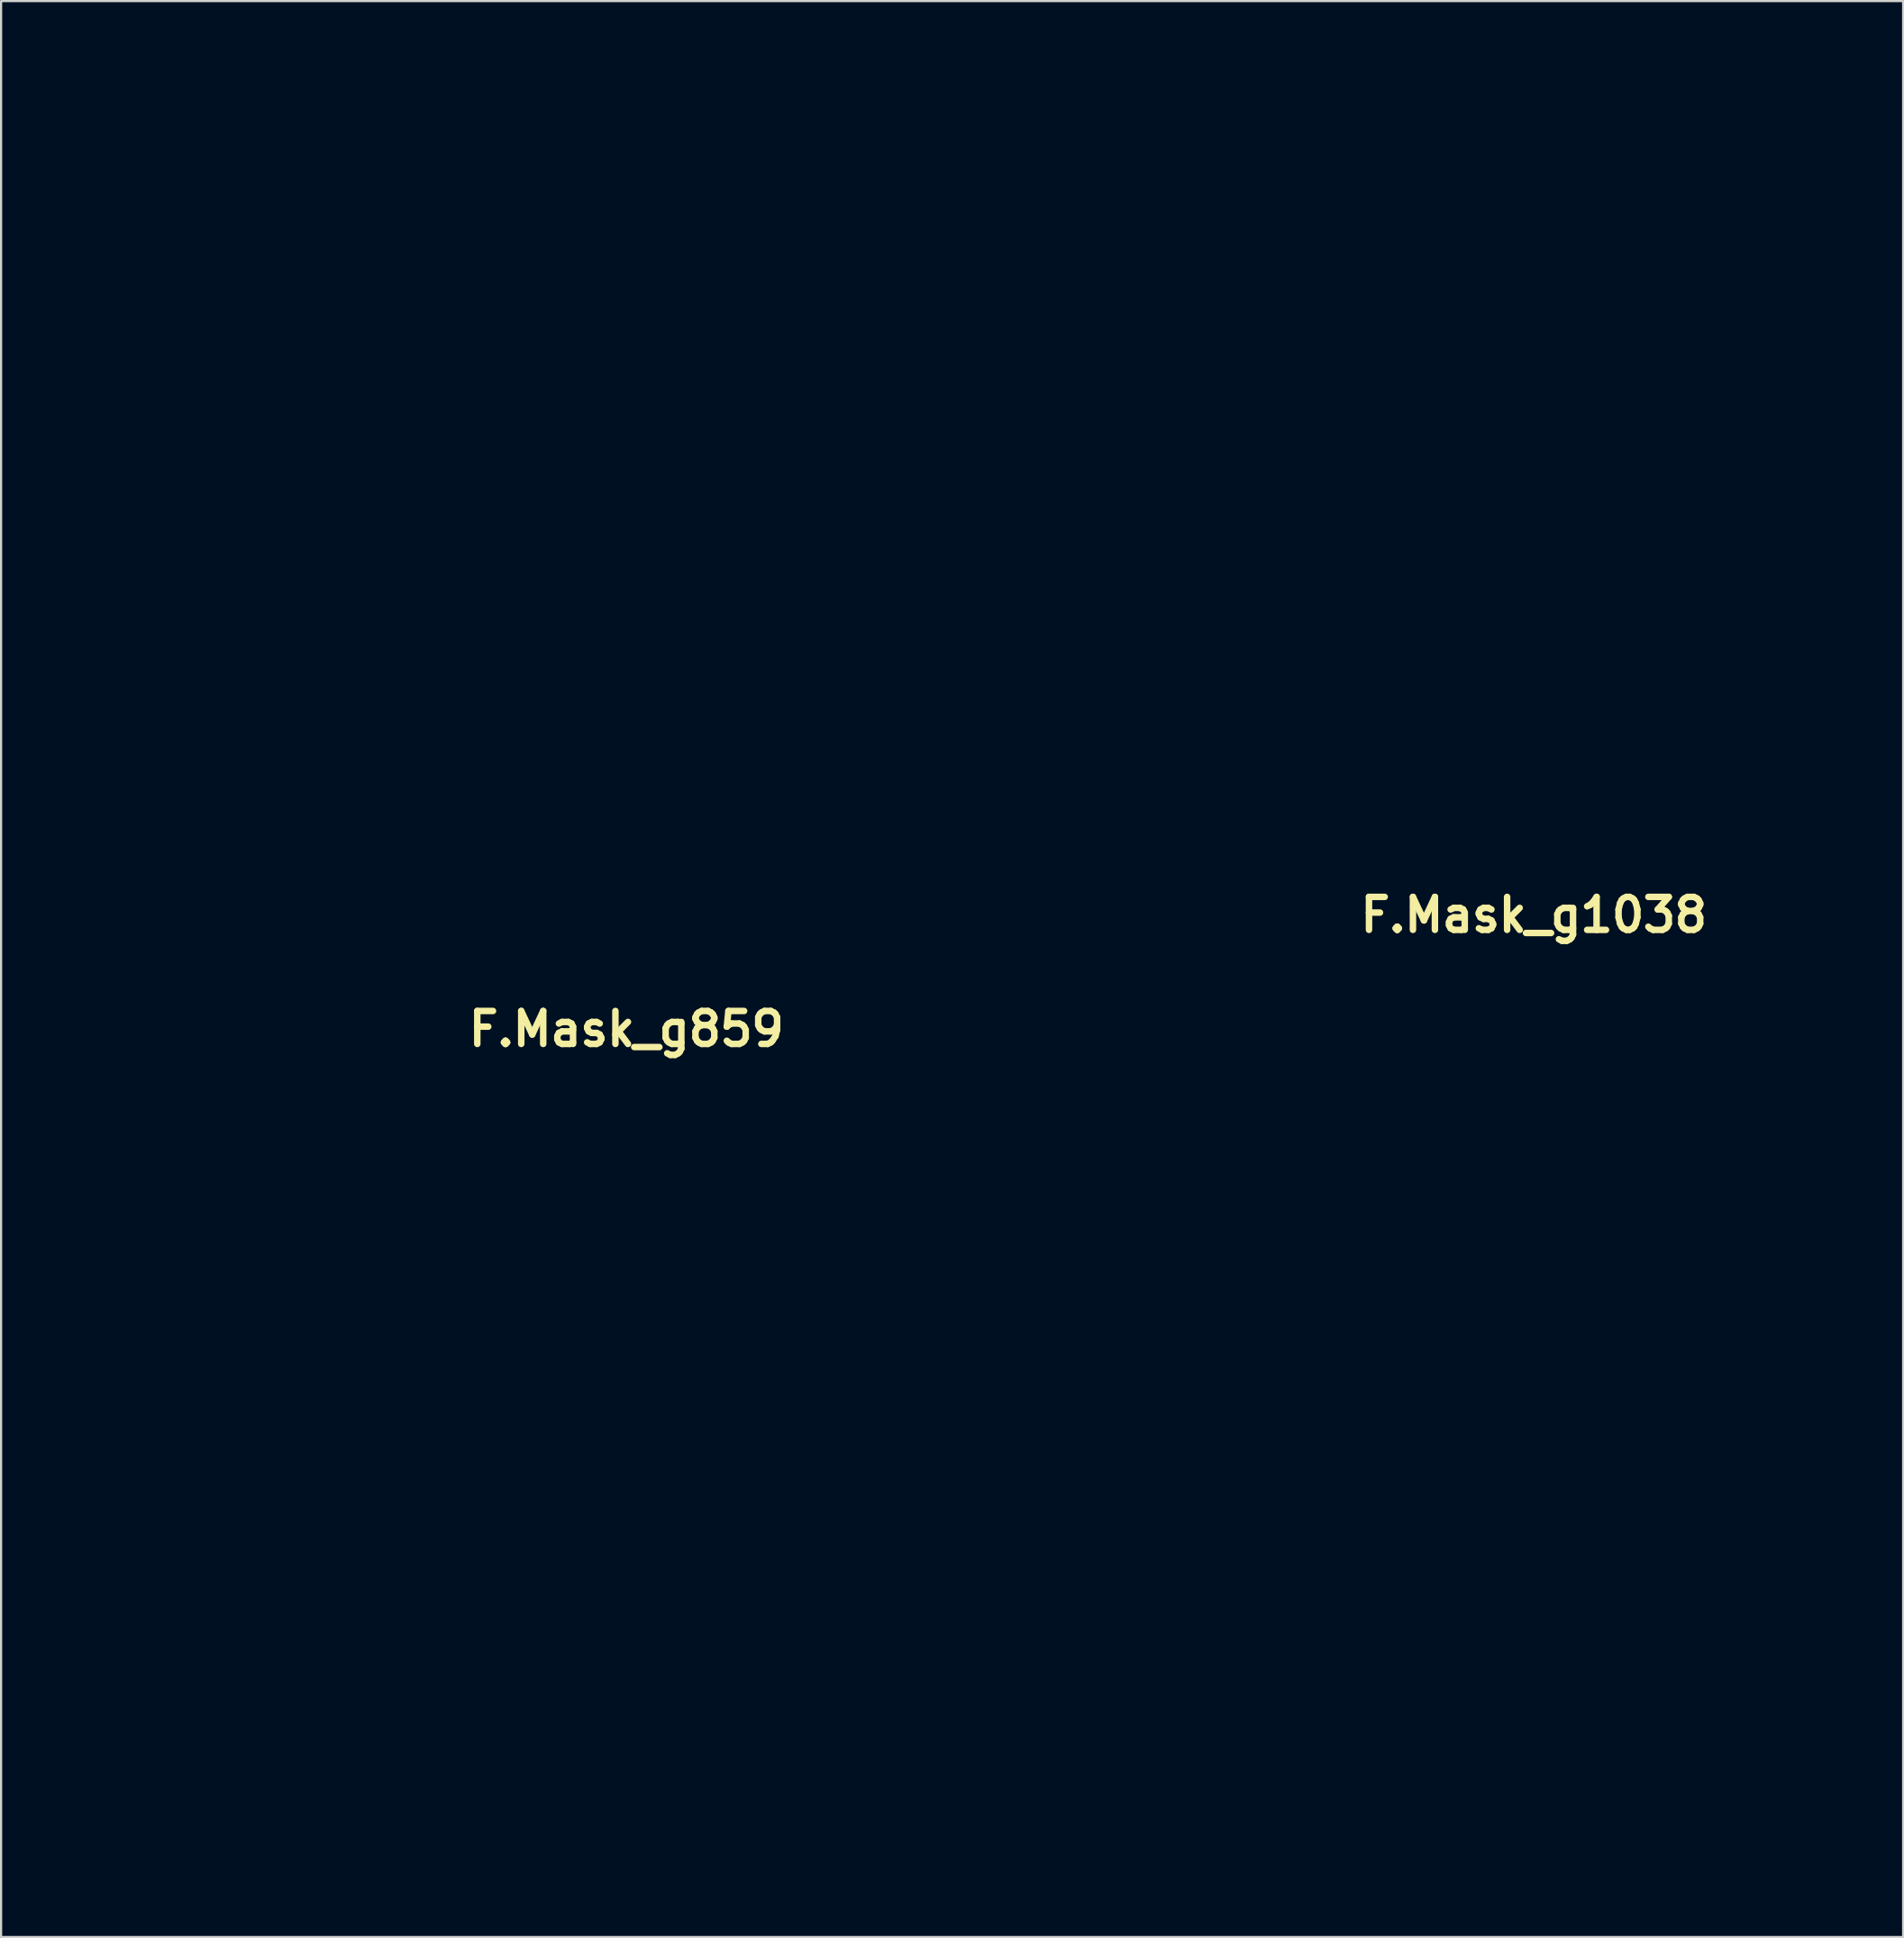
<source format=kicad_pcb>
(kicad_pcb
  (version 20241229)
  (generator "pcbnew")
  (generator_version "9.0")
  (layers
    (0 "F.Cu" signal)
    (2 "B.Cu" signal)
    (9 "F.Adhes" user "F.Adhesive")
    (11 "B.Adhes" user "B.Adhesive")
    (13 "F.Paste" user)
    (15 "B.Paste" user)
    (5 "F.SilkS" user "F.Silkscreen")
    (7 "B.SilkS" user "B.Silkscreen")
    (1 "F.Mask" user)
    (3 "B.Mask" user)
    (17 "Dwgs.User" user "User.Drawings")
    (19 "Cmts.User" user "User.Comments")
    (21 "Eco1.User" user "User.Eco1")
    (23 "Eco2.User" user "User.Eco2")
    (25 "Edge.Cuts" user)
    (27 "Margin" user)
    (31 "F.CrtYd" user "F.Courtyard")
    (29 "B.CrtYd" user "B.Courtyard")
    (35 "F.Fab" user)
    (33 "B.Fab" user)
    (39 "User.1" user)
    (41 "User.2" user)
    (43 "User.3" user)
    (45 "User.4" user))
  (footprint "F.Mask_g859"
    (layer "F.Cu")
    (at 25.913 44.535)
    (property "Reference" "F.Mask_g859" (at 0 0 0) (layer "F.SilkS") (effects (font (size 1.524 1.524) (thickness 0.3))))
    (attr through_hole)
    (fp_poly (pts (xy 1.072 -44.515) (xy 1.111 -44.468) (xy 1.17 -44.392) (xy 1.248 -44.289) (xy 1.341 -44.163) (xy 1.449 -44.016) (xy 1.569 -43.852) (xy 1.699 -43.672) (xy 1.838 -43.48) (xy 1.982 -43.279) (xy 2.131 -43.07) (xy 2.282 -42.858) (xy 2.433 -42.645) (xy 2.582 -42.433) (xy 2.727 -42.226) (xy 2.866 -42.025) (xy 2.924 -41.942) (xy 4.072 -40.248) (xy 5.193 -38.53) (xy 6.286 -36.784) (xy 7.352 -35.011) (xy 8.393 -33.209) (xy 9.409 -31.377) (xy 10.4 -29.513) (xy 11.368 -27.617) (xy 12.313 -25.687) (xy 13.235 -23.721) (xy 13.329 -23.516) (xy 14.262 -21.431) (xy 15.165 -19.315) (xy 16.038 -17.172) (xy 16.881 -15) (xy 17.693 -12.802) (xy 18.475 -10.577) (xy 19.225 -8.328) (xy 19.944 -6.054) (xy 20.632 -3.757) (xy 21.288 -1.437) (xy 21.911 0.904) (xy 22.502 3.266) (xy 23.061 5.647) (xy 23.586 8.048) (xy 24.079 10.467) (xy 24.538 12.902) (xy 24.659 13.58) (xy 24.916 15.078) (xy 25.164 16.598) (xy 25.4 18.134) (xy 25.624 19.677) (xy 25.835 21.221) (xy 26.032 22.757) (xy 26.214 24.279) (xy 26.38 25.778) (xy 26.528 27.249) (xy 26.553 27.506) (xy 26.567 27.661) (xy 26.581 27.806) (xy 26.594 27.934) (xy 26.604 28.039) (xy 26.612 28.114) (xy 26.617 28.152) (xy 26.627 28.227) (xy 26.245 28.341) (xy 26.113 28.379) (xy 26.002 28.408) (xy 25.917 28.428) (xy 25.863 28.437) (xy 25.845 28.435) (xy 25.831 28.413) (xy 25.8 28.357) (xy 25.753 28.274) (xy 25.693 28.167) (xy 25.624 28.04) (xy 25.547 27.899) (xy 25.495 27.802) (xy 24.825 26.577) (xy 24.152 25.368) (xy 23.476 24.175) (xy 22.798 23.001) (xy 22.119 21.846) (xy 21.44 20.713) (xy 20.761 19.601) (xy 20.085 18.514) (xy 19.411 17.452) (xy 18.741 16.417) (xy 18.075 15.41) (xy 17.415 14.432) (xy 16.761 13.485) (xy 16.114 12.571) (xy 15.475 11.69) (xy 14.846 10.845) (xy 14.226 10.036) (xy 13.617 9.265) (xy 13.158 8.7) (xy 12.843 8.328) (xy 12.543 7.993) (xy 12.256 7.694) (xy 11.979 7.429) (xy 11.71 7.198) (xy 11.448 6.997) (xy 11.19 6.826) (xy 10.934 6.683) (xy 10.678 6.567) (xy 10.421 6.477) (xy 10.159 6.409) (xy 10.055 6.389) (xy 9.84 6.361) (xy 9.597 6.346) (xy 9.339 6.345) (xy 9.08 6.358) (xy 8.83 6.385) (xy 8.795 6.39) (xy 8.366 6.47) (xy 7.914 6.585) (xy 7.438 6.736) (xy 6.939 6.922) (xy 6.417 7.143) (xy 5.871 7.4) (xy 5.302 7.691) (xy 4.709 8.018) (xy 4.65 8.053) (xy 3.749 8.586) (xy 2.834 9.158) (xy 1.906 9.769) (xy 0.966 10.418) (xy 0.014 11.105) (xy -0.949 11.829) (xy -1.923 12.589) (xy -2.906 13.386) (xy -3.899 14.217) (xy -4.901 15.084) (xy -5.911 15.984) (xy -6.929 16.919) (xy -7.953 17.886) (xy -8.983 18.886) (xy -10.02 19.918) (xy -11.061 20.981) (xy -12.107 22.075) (xy -13.156 23.2) (xy -14.209 24.354) (xy -15.264 25.537) (xy -16.322 26.749) (xy -17.38 27.989) (xy -17.962 28.681) (xy -19.018 29.959) (xy -20.06 31.248) (xy -21.092 32.554) (xy -22.119 33.881) (xy -23.144 35.234) (xy -24.172 36.619) (xy -25.103 37.899) (xy -25.264 38.122) (xy -25.402 38.314) (xy -25.519 38.475) (xy -25.616 38.61) (xy -25.696 38.719) (xy -25.76 38.806) (xy -25.81 38.873) (xy -25.847 38.922) (xy -25.874 38.955) (xy -25.891 38.975) (xy -25.902 38.984) (xy -25.907 38.985) (xy -25.908 38.98) (xy -25.908 38.979) (xy -25.906 38.951) (xy -25.9 38.884) (xy -25.89 38.782) (xy -25.877 38.648) (xy -25.86 38.485) (xy -25.842 38.297) (xy -25.82 38.088) (xy -25.797 37.86) (xy -25.773 37.618) (xy -25.747 37.364) (xy -25.72 37.102) (xy -25.692 36.835) (xy -25.665 36.568) (xy -25.637 36.302) (xy -25.61 36.042) (xy -25.584 35.791) (xy -25.56 35.553) (xy -25.536 35.33) (xy -25.515 35.126) (xy -25.496 34.945) (xy -25.479 34.791) (xy -25.473 34.734) (xy -25.171 32.073) (xy -24.846 29.426) (xy -24.499 26.797) (xy -24.129 24.187) (xy -23.737 21.598) (xy -23.324 19.032) (xy -22.889 16.491) (xy -22.434 13.976) (xy -21.957 11.49) (xy -21.46 9.035) (xy -20.943 6.611) (xy -20.406 4.222) (xy -19.85 1.868) (xy -19.846 1.852) (xy -19.805 1.68) (xy -19.766 1.519) (xy -19.728 1.367) (xy -19.692 1.219) (xy -19.655 1.072) (xy -19.618 0.924) (xy -19.58 0.771) (xy -19.539 0.61) (xy -19.495 0.438) (xy -19.447 0.251) (xy -19.394 0.047) (xy -19.336 -0.179) (xy -19.271 -0.428) (xy -19.198 -0.706) (xy -19.118 -1.014) (xy -19.028 -1.355) (xy -18.929 -1.734) (xy -18.91 -1.81) (xy -18.335 -3.957) (xy -17.744 -6.065) (xy -17.138 -8.134) (xy -16.516 -10.165) (xy -15.879 -12.156) (xy -15.226 -14.109) (xy -14.558 -16.022) (xy -13.874 -17.897) (xy -13.175 -19.732) (xy -12.46 -21.528) (xy -11.73 -23.285) (xy -10.985 -25.002) (xy -10.224 -26.68) (xy -9.862 -27.453) (xy -9.671 -27.853) (xy -9.463 -28.281) (xy -9.243 -28.729) (xy -9.014 -29.19) (xy -8.78 -29.657) (xy -8.543 -30.123) (xy -8.308 -30.58) (xy -8.079 -31.022) (xy -7.859 -31.44) (xy -7.652 -31.829) (xy -7.615 -31.898) (xy -6.944 -33.117) (xy -6.26 -34.311) (xy -5.566 -35.477) (xy -4.861 -36.613) (xy -4.148 -37.719) (xy -3.426 -38.791) (xy -2.699 -39.829) (xy -1.966 -40.83) (xy -1.229 -41.793) (xy -0.489 -42.716) (xy -0.303 -42.942) (xy -0.216 -43.047) (xy -0.138 -43.142) (xy -0.074 -43.222) (xy -0.028 -43.28) (xy -0.003 -43.314) (xy 0 -43.319) (xy 0.013 -43.339) (xy 0.051 -43.387) (xy 0.11 -43.457) (xy 0.185 -43.546) (xy 0.274 -43.649) (xy 0.372 -43.763) (xy 0.475 -43.882) (xy 0.581 -44.003) (xy 0.684 -44.121) (xy 0.782 -44.232) (xy 0.871 -44.331) (xy 0.946 -44.415) (xy 1.005 -44.479) (xy 1.043 -44.519) (xy 1.056 -44.53) (xy 1.072 -44.515)) (stroke (width 0.01) (type solid)) (fill yes) (layer "F.Mask")))
  (footprint "F.Mask_g1038"
    (layer "F.Cu")
    (at 67.869 39.26)
    (property "Reference" "F.Mask_g1038" (at 0 0 0) (layer "F.SilkS") (effects (font (size 1.524 1.524) (thickness 0.3))))
    (attr through_hole)
    (fp_poly (pts (xy 0.929 -39.249) (xy 0.93 -39.232) (xy 0.933 -39.206) (xy 0.94 -39.139) (xy 0.952 -39.032) (xy 0.968 -38.888) (xy 0.988 -38.707) (xy 1.013 -38.49) (xy 1.041 -38.239) (xy 1.073 -37.956) (xy 1.109 -37.641) (xy 1.148 -37.296) (xy 1.19 -36.922) (xy 1.235 -36.521) (xy 1.284 -36.093) (xy 1.335 -35.641) (xy 1.389 -35.164) (xy 1.446 -34.666) (xy 1.505 -34.146) (xy 1.566 -33.607) (xy 1.629 -33.049) (xy 1.695 -32.474) (xy 1.762 -31.883) (xy 1.83 -31.277) (xy 1.901 -30.659) (xy 1.972 -30.028) (xy 2.045 -29.387) (xy 2.119 -28.737) (xy 2.194 -28.078) (xy 2.27 -27.413) (xy 2.346 -26.742) (xy 2.423 -26.067) (xy 2.5 -25.39) (xy 2.577 -24.711) (xy 2.654 -24.032) (xy 2.732 -23.353) (xy 2.809 -22.678) (xy 2.885 -22.006) (xy 2.961 -21.339) (xy 3.036 -20.678) (xy 3.111 -20.025) (xy 3.184 -19.38) (xy 3.256 -18.747) (xy 3.327 -18.124) (xy 3.397 -17.514) (xy 3.465 -16.919) (xy 3.531 -16.339) (xy 3.595 -15.776) (xy 3.657 -15.23) (xy 3.717 -14.704) (xy 3.775 -14.199) (xy 3.83 -13.716) (xy 3.883 -13.256) (xy 3.932 -12.82) (xy 3.979 -12.41) (xy 4.023 -12.028) (xy 4.064 -11.674) (xy 4.101 -11.349) (xy 4.134 -11.056) (xy 4.164 -10.795) (xy 4.191 -10.568) (xy 4.213 -10.376) (xy 4.231 -10.22) (xy 4.245 -10.102) (xy 4.254 -10.022) (xy 4.259 -9.983) (xy 4.259 -9.979) (xy 4.281 -9.972) (xy 4.341 -9.957) (xy 4.435 -9.933) (xy 4.561 -9.902) (xy 4.716 -9.864) (xy 4.895 -9.82) (xy 5.096 -9.771) (xy 5.316 -9.717) (xy 5.552 -9.661) (xy 5.8 -9.601) (xy 5.813 -9.598) (xy 6.014 -9.55) (xy 6.252 -9.492) (xy 6.524 -9.427) (xy 6.827 -9.354) (xy 7.156 -9.275) (xy 7.507 -9.191) (xy 7.877 -9.102) (xy 8.263 -9.009) (xy 8.66 -8.914) (xy 9.065 -8.817) (xy 9.474 -8.719) (xy 9.883 -8.62) (xy 10.289 -8.523) (xy 10.688 -8.427) (xy 10.71 -8.422) (xy 11.079 -8.333) (xy 11.436 -8.247) (xy 11.78 -8.165) (xy 12.108 -8.085) (xy 12.418 -8.011) (xy 12.709 -7.94) (xy 12.978 -7.876) (xy 13.222 -7.816) (xy 13.44 -7.764) (xy 13.63 -7.718) (xy 13.788 -7.679) (xy 13.914 -7.648) (xy 14.005 -7.626) (xy 14.059 -7.612) (xy 14.074 -7.608) (xy 14.065 -7.595) (xy 14.052 -7.589) (xy 14.026 -7.58) (xy 13.961 -7.558) (xy 13.861 -7.524) (xy 13.727 -7.479) (xy 13.563 -7.424) (xy 13.37 -7.359) (xy 13.151 -7.285) (xy 12.907 -7.204) (xy 12.642 -7.115) (xy 12.358 -7.019) (xy 12.057 -6.918) (xy 11.74 -6.812) (xy 11.412 -6.702) (xy 11.073 -6.589) (xy 10.726 -6.472) (xy 10.374 -6.354) (xy 10.019 -6.235) (xy 9.663 -6.116) (xy 9.308 -5.997) (xy 8.957 -5.88) (xy 8.611 -5.764) (xy 8.275 -5.651) (xy 7.948 -5.542) (xy 7.635 -5.437) (xy 7.578 -5.418) (xy 7.265 -5.313) (xy 6.963 -5.212) (xy 6.675 -5.116) (xy 6.403 -5.024) (xy 6.149 -4.939) (xy 5.916 -4.86) (xy 5.706 -4.789) (xy 5.522 -4.727) (xy 5.366 -4.674) (xy 5.241 -4.631) (xy 5.149 -4.599) (xy 5.092 -4.579) (xy 5.073 -4.572) (xy 5.075 -4.55) (xy 5.082 -4.489) (xy 5.094 -4.392) (xy 5.111 -4.26) (xy 5.133 -4.098) (xy 5.158 -3.906) (xy 5.187 -3.689) (xy 5.22 -3.449) (xy 5.255 -3.188) (xy 5.293 -2.909) (xy 5.333 -2.614) (xy 5.375 -2.307) (xy 5.418 -1.991) (xy 5.462 -1.667) (xy 5.507 -1.338) (xy 5.553 -1.007) (xy 5.598 -0.677) (xy 5.643 -0.351) (xy 5.688 -0.03) (xy 5.731 0.282) (xy 5.773 0.582) (xy 5.813 0.868) (xy 5.851 1.138) (xy 5.886 1.388) (xy 5.918 1.617) (xy 5.947 1.82) (xy 5.972 1.996) (xy 5.993 2.143) (xy 6.01 2.256) (xy 6.022 2.334) (xy 6.025 2.349) (xy 6.037 2.424) (xy 5.974 2.36) (xy 5.954 2.337) (xy 5.908 2.284) (xy 5.838 2.201) (xy 5.745 2.091) (xy 5.631 1.955) (xy 5.496 1.795) (xy 5.343 1.612) (xy 5.172 1.409) (xy 4.986 1.186) (xy 4.785 0.946) (xy 4.571 0.69) (xy 4.345 0.421) (xy 4.109 0.138) (xy 3.864 -0.155) (xy 3.612 -0.457) (xy 3.481 -0.614) (xy 3.223 -0.922) (xy 2.971 -1.224) (xy 2.726 -1.517) (xy 2.49 -1.8) (xy 2.264 -2.07) (xy 2.05 -2.327) (xy 1.848 -2.568) (xy 1.661 -2.791) (xy 1.491 -2.995) (xy 1.338 -3.178) (xy 1.203 -3.339) (xy 1.09 -3.474) (xy 0.998 -3.584) (xy 0.93 -3.665) (xy 0.887 -3.716) (xy 0.877 -3.728) (xy 0.704 -3.932) (xy 0.389 -3.527) (xy 0.299 -3.411) (xy 0.214 -3.304) (xy 0.14 -3.211) (xy 0.081 -3.138) (xy 0.041 -3.09) (xy 0.027 -3.074) (xy 0.006 -3.05) (xy -0.038 -2.995) (xy -0.104 -2.912) (xy -0.188 -2.805) (xy -0.29 -2.677) (xy -0.406 -2.529) (xy -0.534 -2.366) (xy -0.672 -2.19) (xy -0.818 -2.004) (xy -0.969 -1.811) (xy -1.123 -1.614) (xy -1.278 -1.416) (xy -1.431 -1.22) (xy -1.58 -1.029) (xy -1.723 -0.846) (xy -1.857 -0.673) (xy -1.981 -0.514) (xy -2.092 -0.371) (xy -2.187 -0.248) (xy -2.264 -0.148) (xy -2.321 -0.072) (xy -2.357 -0.025) (xy -2.363 -0.016) (xy -2.389 0.019) (xy -2.438 0.083) (xy -2.507 0.173) (xy -2.593 0.286) (xy -2.695 0.417) (xy -2.81 0.565) (xy -2.934 0.725) (xy -3.065 0.895) (xy -3.202 1.07) (xy -3.341 1.249) (xy -3.479 1.426) (xy -3.614 1.6) (xy -3.744 1.766) (xy -3.865 1.921) (xy -3.976 2.063) (xy -4.074 2.187) (xy -4.156 2.291) (xy -4.219 2.37) (xy -4.261 2.423) (xy -4.279 2.444) (xy -4.307 2.468) (xy -4.318 2.465) (xy -4.316 2.437) (xy -4.309 2.372) (xy -4.298 2.274) (xy -4.284 2.148) (xy -4.267 1.999) (xy -4.248 1.83) (xy -4.227 1.647) (xy -4.205 1.454) (xy -4.182 1.256) (xy -4.159 1.057) (xy -4.137 0.862) (xy -4.115 0.676) (xy -4.095 0.503) (xy -4.076 0.347) (xy -4.061 0.214) (xy -4.048 0.107) (xy -4.038 0.032) (xy -4.033 -0.007) (xy -4.032 -0.011) (xy -4.028 -0.039) (xy -4.02 -0.106) (xy -4.007 -0.207) (xy -3.992 -0.34) (xy -3.973 -0.502) (xy -3.951 -0.688) (xy -3.927 -0.896) (xy -3.901 -1.122) (xy -3.874 -1.364) (xy -3.845 -1.617) (xy -3.816 -1.879) (xy -3.786 -2.146) (xy -3.755 -2.415) (xy -3.726 -2.682) (xy -3.696 -2.944) (xy -3.668 -3.199) (xy -3.641 -3.442) (xy -3.616 -3.67) (xy -3.593 -3.881) (xy -3.572 -4.07) (xy -3.554 -4.235) (xy -3.54 -4.372) (xy -3.529 -4.478) (xy -3.522 -4.549) (xy -3.519 -4.582) (xy -3.519 -4.585) (xy -3.54 -4.592) (xy -3.598 -4.613) (xy -3.694 -4.645) (xy -3.823 -4.69) (xy -3.986 -4.746) (xy -4.18 -4.812) (xy -4.402 -4.889) (xy -4.652 -4.974) (xy -4.928 -5.069) (xy -5.227 -5.171) (xy -5.549 -5.281) (xy -5.89 -5.397) (xy -6.249 -5.52) (xy -6.625 -5.648) (xy -7.016 -5.781) (xy -7.419 -5.919) (xy -7.834 -6.06) (xy -7.907 -6.085) (xy -8.324 -6.227) (xy -8.73 -6.365) (xy -9.123 -6.5) (xy -9.503 -6.629) (xy -9.866 -6.753) (xy -10.212 -6.871) (xy -10.538 -6.982) (xy -10.843 -7.086) (xy -11.124 -7.182) (xy -11.381 -7.27) (xy -11.61 -7.348) (xy -11.811 -7.417) (xy -11.981 -7.475) (xy -12.118 -7.522) (xy -12.222 -7.557) (xy -12.289 -7.58) (xy -12.318 -7.591) (xy -12.319 -7.591) (xy -12.314 -7.594) (xy -12.293 -7.602) (xy -12.253 -7.614) (xy -12.194 -7.631) (xy -12.115 -7.652) (xy -12.014 -7.679) (xy -11.892 -7.711) (xy -11.746 -7.748) (xy -11.575 -7.792) (xy -11.38 -7.842) (xy -11.158 -7.898) (xy -10.909 -7.961) (xy -10.632 -8.031) (xy -10.325 -8.108) (xy -9.988 -8.192) (xy -9.619 -8.285) (xy -9.218 -8.385) (xy -8.783 -8.493) (xy -8.314 -8.61) (xy -7.81 -8.736) (xy -7.269 -8.871) (xy -6.69 -9.015) (xy -6.073 -9.168) (xy -5.416 -9.332) (xy -5.096 -9.411) (xy -2.9 -9.957) (xy -2.889 -10.021) (xy -2.886 -10.047) (xy -2.877 -10.114) (xy -2.863 -10.219) (xy -2.844 -10.363) (xy -2.821 -10.543) (xy -2.793 -10.758) (xy -2.76 -11.006) (xy -2.724 -11.288) (xy -2.683 -11.6) (xy -2.639 -11.941) (xy -2.59 -12.311) (xy -2.539 -12.708) (xy -2.484 -13.13) (xy -2.426 -13.577) (xy -2.365 -14.046) (xy -2.301 -14.536) (xy -2.235 -15.046) (xy -2.166 -15.575) (xy -2.095 -16.122) (xy -2.022 -16.684) (xy -1.947 -17.26) (xy -1.87 -17.85) (xy -1.792 -18.451) (xy -1.713 -19.063) (xy -1.632 -19.683) (xy -1.551 -20.311) (xy -1.468 -20.946) (xy -1.385 -21.585) (xy -1.302 -22.228) (xy -1.218 -22.872) (xy -1.135 -23.518) (xy -1.051 -24.163) (xy -0.967 -24.805) (xy -0.884 -25.445) (xy -0.802 -26.079) (xy -0.721 -26.708) (xy -0.64 -27.329) (xy -0.561 -27.94) (xy -0.483 -28.542) (xy -0.406 -29.132) (xy -0.331 -29.709) (xy -0.258 -30.271) (xy -0.188 -30.818) (xy -0.119 -31.347) (xy -0.053 -31.858) (xy 0.011 -32.349) (xy 0.072 -32.819) (xy 0.13 -33.266) (xy 0.184 -33.689) (xy 0.236 -34.086) (xy 0.284 -34.457) (xy 0.328 -34.8) (xy 0.369 -35.112) (xy 0.405 -35.394) (xy 0.437 -35.644) (xy 0.444 -35.698) (xy 0.493 -36.077) (xy 0.541 -36.445) (xy 0.587 -36.8) (xy 0.631 -37.14) (xy 0.673 -37.462) (xy 0.713 -37.764) (xy 0.75 -38.045) (xy 0.784 -38.3) (xy 0.814 -38.53) (xy 0.841 -38.73) (xy 0.864 -38.899) (xy 0.882 -39.036) (xy 0.897 -39.136) (xy 0.906 -39.199) (xy 0.91 -39.222) (xy 0.923 -39.255) (xy 0.929 -39.249)) (stroke (width 0.01) (type solid)) (fill yes) (layer "F.Mask")))
  (gr_rect
    (start -3 -3)
    (end 84.947 86.525)
    (stroke (width 0.1) (type default))
    (fill no)
    (layer "Edge.Cuts")))
</source>
